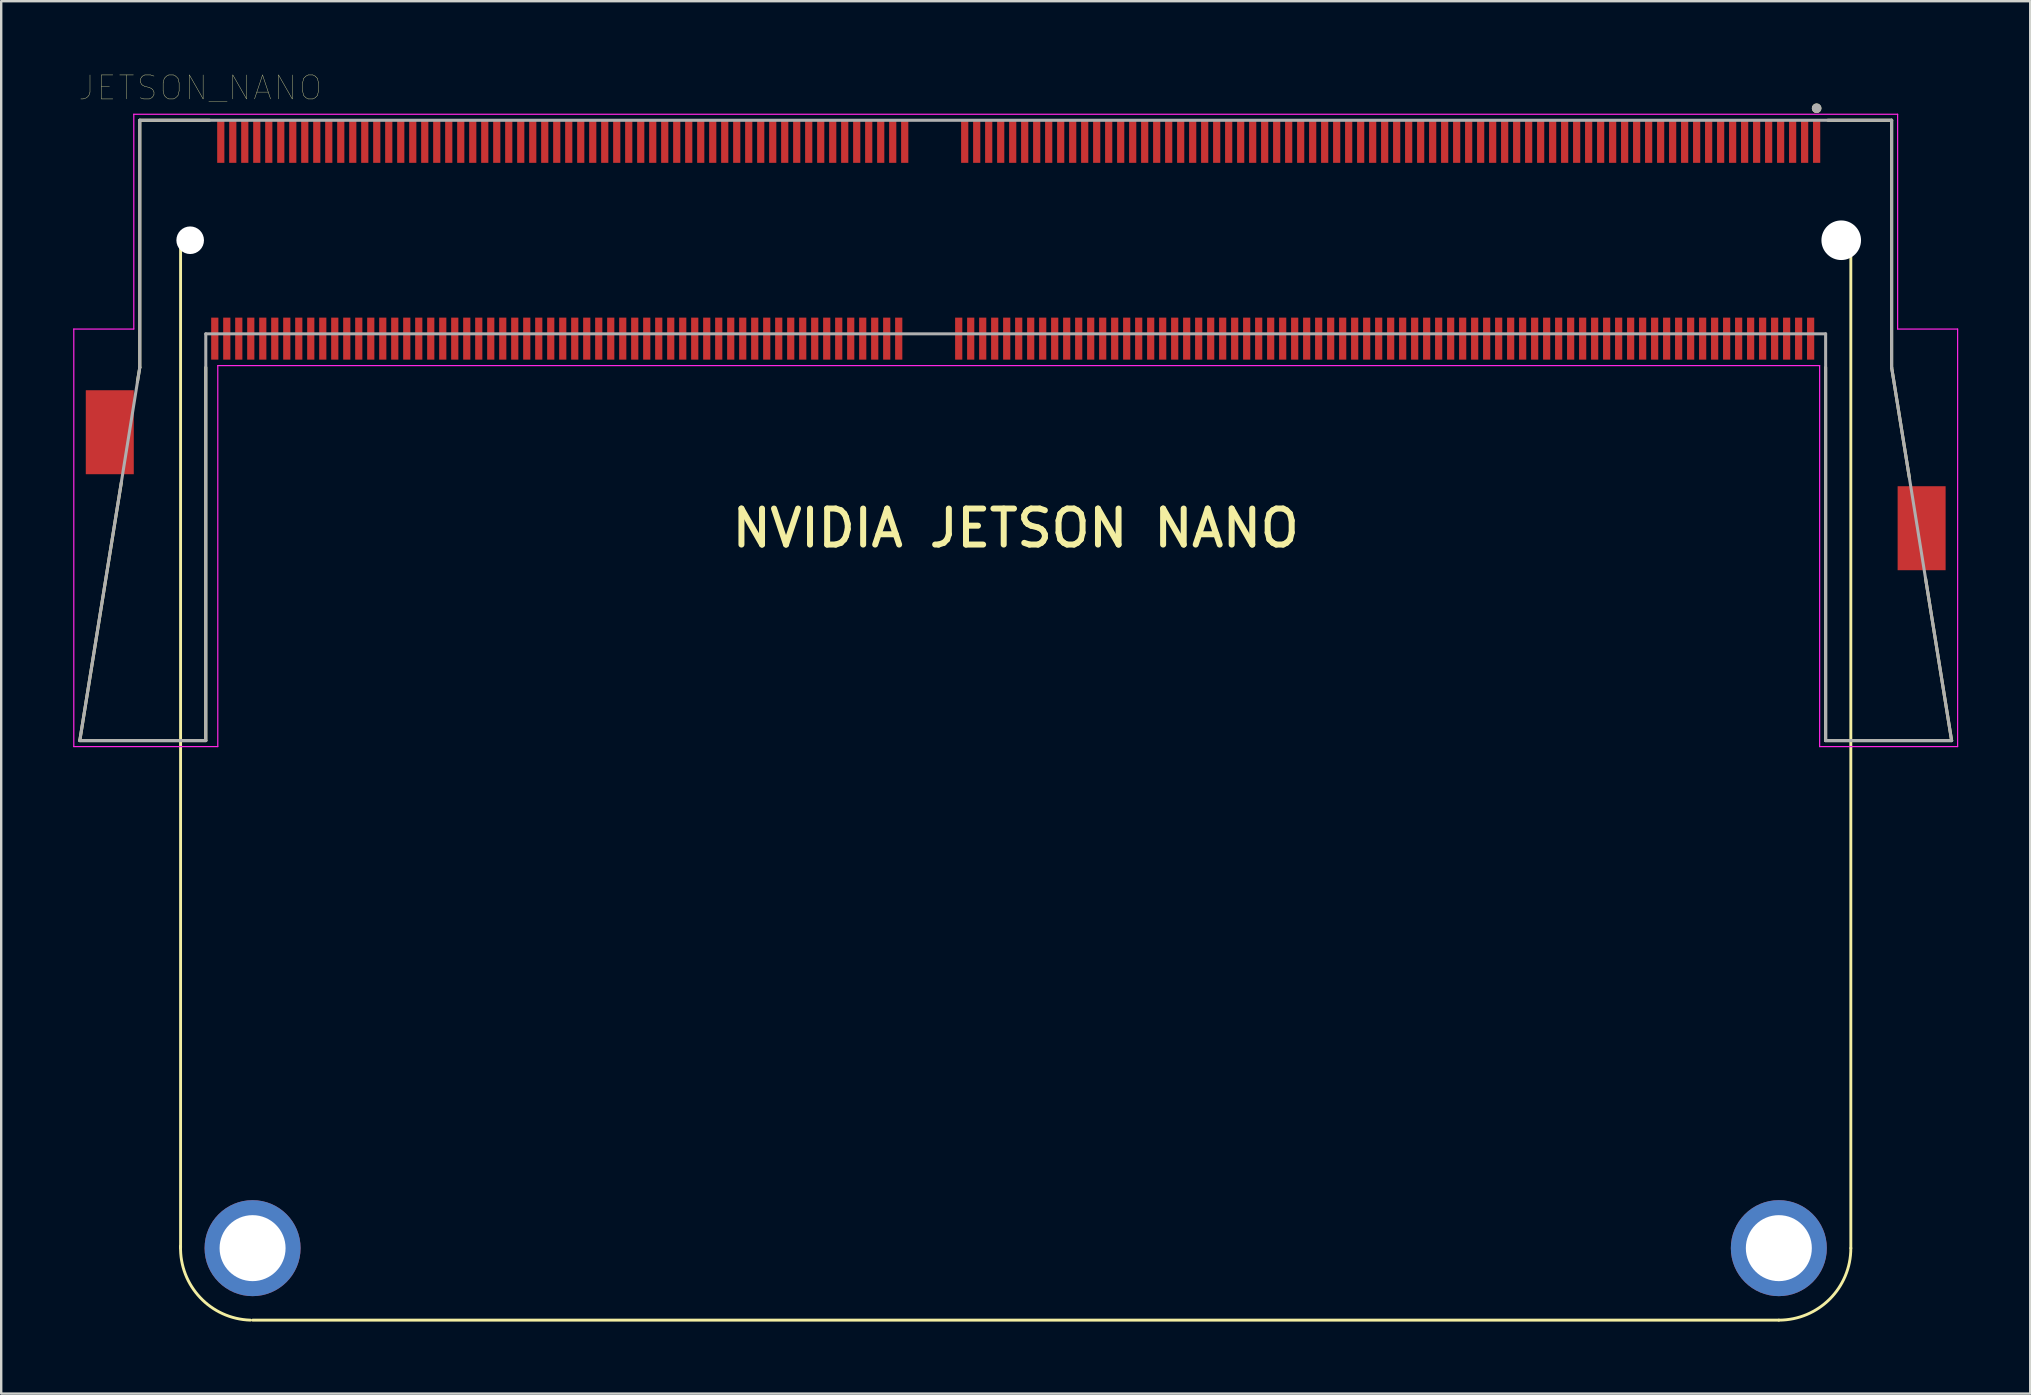
<source format=kicad_pcb>
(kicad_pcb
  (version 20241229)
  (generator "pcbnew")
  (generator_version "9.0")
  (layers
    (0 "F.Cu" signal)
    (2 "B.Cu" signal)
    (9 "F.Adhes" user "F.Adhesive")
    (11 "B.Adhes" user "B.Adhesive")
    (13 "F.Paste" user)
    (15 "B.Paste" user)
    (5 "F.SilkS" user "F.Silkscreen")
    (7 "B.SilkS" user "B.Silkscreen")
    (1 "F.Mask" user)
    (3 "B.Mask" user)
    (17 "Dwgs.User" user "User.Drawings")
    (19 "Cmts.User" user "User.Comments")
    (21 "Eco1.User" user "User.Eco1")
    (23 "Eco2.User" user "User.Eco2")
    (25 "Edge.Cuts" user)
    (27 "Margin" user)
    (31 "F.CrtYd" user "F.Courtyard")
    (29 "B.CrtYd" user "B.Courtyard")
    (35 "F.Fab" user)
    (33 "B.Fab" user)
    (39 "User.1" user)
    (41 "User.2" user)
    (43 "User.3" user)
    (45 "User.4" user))
  (footprint "JETSON_NANO"
    (layer "F.Cu")
    (at 35.775 6.961)
    (property "Reference" "JETSON_NANO" (at -30.48 -6.35 0) (layer "F.SilkS") (effects (font (size 1 1) (thickness 0.015))))
    (attr through_hole)
    (fp_line (start -35.5 20.85) (end -33.77 10.105) (stroke (width 0.127) (type solid)) (layer "F.SilkS"))
    (fp_line (start -35.5 20.85) (end -30.25 20.85) (stroke (width 0.127) (type solid)) (layer "F.SilkS"))
    (fp_line (start -33 -5) (end -33 5.3) (stroke (width 0.127) (type solid)) (layer "F.SilkS"))
    (fp_line (start -33 5.3) (end -33.1 5.9) (stroke (width 0.127) (type solid)) (layer "F.SilkS"))
    (fp_line (start -31.3 42) (end -31.3 0) (stroke (width 0.12) (type solid)) (layer "F.SilkS"))
    (fp_line (start -30.25 20.85) (end -30.25 5.3) (stroke (width 0.127) (type solid)) (layer "F.SilkS"))
    (fp_line (start -30.095 -5) (end -33 -5) (stroke (width 0.127) (type solid)) (layer "F.SilkS"))
    (fp_line (start -28.3 45) (end 35.3 45) (stroke (width 0.12) (type solid)) (layer "F.SilkS"))
    (fp_line (start 37.25 5.3) (end 37.25 20.85) (stroke (width 0.127) (type solid)) (layer "F.SilkS"))
    (fp_line (start 37.25 20.85) (end 42.5 20.85) (stroke (width 0.127) (type solid)) (layer "F.SilkS"))
    (fp_line (start 38.3 42) (end 38.3 0) (stroke (width 0.12) (type solid)) (layer "F.SilkS"))
    (fp_line (start 40 -5) (end 37.345 -5) (stroke (width 0.127) (type solid)) (layer "F.SilkS"))
    (fp_line (start 40 5.3) (end 40 -5) (stroke (width 0.127) (type solid)) (layer "F.SilkS"))
    (fp_line (start 40 5.3) (end 40.735 9.87) (stroke (width 0.127) (type solid)) (layer "F.SilkS"))
    (fp_line (start 42.5 20.85) (end 41.415 14.1) (stroke (width 0.127) (type solid)) (layer "F.SilkS"))
    (fp_arc (start -28.39 45) (mid -30.48496 44.057681) (end -31.3 41.91) (stroke (width 0.12) (type solid)) (layer "F.SilkS"))
    (fp_arc (start 38.3 42) (mid 37.42132 44.12132) (end 35.3 45) (stroke (width 0.12) (type solid)) (layer "F.SilkS"))
    (fp_circle (center 36.875 -5.5) (end 36.975 -5.5) (stroke (width 0.2) (type solid)) (fill no) (layer "F.SilkS"))
    (fp_line (start -35.75 3.7) (end -33.25 3.7) (stroke (width 0.05) (type solid)) (layer "F.CrtYd"))
    (fp_line (start -35.75 21.1) (end -35.75 3.7) (stroke (width 0.05) (type solid)) (layer "F.CrtYd"))
    (fp_line (start -33.25 -5.25) (end 40.25 -5.25) (stroke (width 0.05) (type solid)) (layer "F.CrtYd"))
    (fp_line (start -33.25 3.7) (end -33.25 -5.25) (stroke (width 0.05) (type solid)) (layer "F.CrtYd"))
    (fp_line (start -29.75 5.225) (end -29.75 21.1) (stroke (width 0.05) (type solid)) (layer "F.CrtYd"))
    (fp_line (start -29.75 21.1) (end -35.75 21.1) (stroke (width 0.05) (type solid)) (layer "F.CrtYd"))
    (fp_line (start 37 5.225) (end -29.75 5.225) (stroke (width 0.05) (type solid)) (layer "F.CrtYd"))
    (fp_line (start 37 21.1) (end 37 5.225) (stroke (width 0.05) (type solid)) (layer "F.CrtYd"))
    (fp_line (start 40.25 -5.25) (end 40.25 3.7) (stroke (width 0.05) (type solid)) (layer "F.CrtYd"))
    (fp_line (start 40.25 3.7) (end 42.75 3.7) (stroke (width 0.05) (type solid)) (layer "F.CrtYd"))
    (fp_line (start 42.75 3.7) (end 42.75 21.1) (stroke (width 0.05) (type solid)) (layer "F.CrtYd"))
    (fp_line (start 42.75 21.1) (end 37 21.1) (stroke (width 0.05) (type solid)) (layer "F.CrtYd"))
    (fp_line (start -35.5 20.85) (end -30.25 20.85) (stroke (width 0.127) (type solid)) (layer "F.Fab"))
    (fp_line (start -33 -5) (end -33 5.3) (stroke (width 0.127) (type solid)) (layer "F.Fab"))
    (fp_line (start -33 5.3) (end -35.5 20.85) (stroke (width 0.127) (type solid)) (layer "F.Fab"))
    (fp_line (start -30.25 3.9) (end 37.25 3.9) (stroke (width 0.127) (type solid)) (layer "F.Fab"))
    (fp_line (start -30.25 20.85) (end -30.25 3.9) (stroke (width 0.127) (type solid)) (layer "F.Fab"))
    (fp_line (start 37.25 3.9) (end 37.25 20.85) (stroke (width 0.127) (type solid)) (layer "F.Fab"))
    (fp_line (start 37.25 20.85) (end 42.5 20.85) (stroke (width 0.127) (type solid)) (layer "F.Fab"))
    (fp_line (start 40 -5) (end -33 -5) (stroke (width 0.127) (type solid)) (layer "F.Fab"))
    (fp_line (start 40 5.3) (end 40 -5) (stroke (width 0.127) (type solid)) (layer "F.Fab"))
    (fp_line (start 42.5 20.85) (end 40 5.3) (stroke (width 0.127) (type solid)) (layer "F.Fab"))
    (fp_circle (center 36.875 -5.5) (end 36.975 -5.5) (stroke (width 0.2) (type solid)) (fill no) (layer "F.Fab"))
    (fp_text user "NVIDIA JETSON NANO" (at 3.5 12 0) (layer "F.SilkS") (effects (font (size 1.5 1.5) (thickness 0.25))))
    (pad "" np_thru_hole circle (at -30.9 0) (size 1.15 1.15) (drill 1.15) (layers "*.Cu" "*.Mask"))
    (pad "" np_thru_hole circle (at -28.3 42) (size 4 4) (drill 2.75) (layers "*.Cu" "*.Mask"))
    (pad "" np_thru_hole circle (at 35.3 42) (size 4 4) (drill 2.75) (layers "*.Cu" "*.Mask"))
    (pad "" np_thru_hole circle (at 37.9 0) (size 1.65 1.65) (drill 1.65) (layers "*.Cu" "*.Mask"))
    (pad "1" smd rect (at 36.875 -4.1) (size 0.3 1.75) (layers "F.Cu" "F.Mask" "F.Paste"))
    (pad "2" smd rect (at 36.625 4.1) (size 0.3 1.75) (layers "F.Cu" "F.Mask" "F.Paste"))
    (pad "3" smd rect (at 36.375 -4.1) (size 0.3 1.75) (layers "F.Cu" "F.Mask" "F.Paste"))
    (pad "4" smd rect (at 36.125 4.1) (size 0.3 1.75) (layers "F.Cu" "F.Mask" "F.Paste"))
    (pad "5" smd rect (at 35.875 -4.1) (size 0.3 1.75) (layers "F.Cu" "F.Mask" "F.Paste"))
    (pad "6" smd rect (at 35.625 4.1) (size 0.3 1.75) (layers "F.Cu" "F.Mask" "F.Paste"))
    (pad "7" smd rect (at 35.375 -4.1) (size 0.3 1.75) (layers "F.Cu" "F.Mask" "F.Paste"))
    (pad "8" smd rect (at 35.125 4.1) (size 0.3 1.75) (layers "F.Cu" "F.Mask" "F.Paste"))
    (pad "9" smd rect (at 34.875 -4.1) (size 0.3 1.75) (layers "F.Cu" "F.Mask" "F.Paste"))
    (pad "10" smd rect (at 34.625 4.1) (size 0.3 1.75) (layers "F.Cu" "F.Mask" "F.Paste"))
    (pad "11" smd rect (at 34.375 -4.1) (size 0.3 1.75) (layers "F.Cu" "F.Mask" "F.Paste"))
    (pad "12" smd rect (at 34.125 4.1) (size 0.3 1.75) (layers "F.Cu" "F.Mask" "F.Paste"))
    (pad "13" smd rect (at 33.875 -4.1) (size 0.3 1.75) (layers "F.Cu" "F.Mask" "F.Paste"))
    (pad "14" smd rect (at 33.625 4.1) (size 0.3 1.75) (layers "F.Cu" "F.Mask" "F.Paste"))
    (pad "15" smd rect (at 33.375 -4.1) (size 0.3 1.75) (layers "F.Cu" "F.Mask" "F.Paste"))
    (pad "16" smd rect (at 33.125 4.1) (size 0.3 1.75) (layers "F.Cu" "F.Mask" "F.Paste"))
    (pad "17" smd rect (at 32.875 -4.1) (size 0.3 1.75) (layers "F.Cu" "F.Mask" "F.Paste"))
    (pad "18" smd rect (at 32.625 4.1) (size 0.3 1.75) (layers "F.Cu" "F.Mask" "F.Paste"))
    (pad "19" smd rect (at 32.375 -4.1) (size 0.3 1.75) (layers "F.Cu" "F.Mask" "F.Paste"))
    (pad "20" smd rect (at 32.125 4.1) (size 0.3 1.75) (layers "F.Cu" "F.Mask" "F.Paste"))
    (pad "21" smd rect (at 31.875 -4.1) (size 0.3 1.75) (layers "F.Cu" "F.Mask" "F.Paste"))
    (pad "22" smd rect (at 31.625 4.1) (size 0.3 1.75) (layers "F.Cu" "F.Mask" "F.Paste"))
    (pad "23" smd rect (at 31.375 -4.1) (size 0.3 1.75) (layers "F.Cu" "F.Mask" "F.Paste"))
    (pad "24" smd rect (at 31.125 4.1) (size 0.3 1.75) (layers "F.Cu" "F.Mask" "F.Paste"))
    (pad "25" smd rect (at 30.875 -4.1) (size 0.3 1.75) (layers "F.Cu" "F.Mask" "F.Paste"))
    (pad "26" smd rect (at 30.625 4.1) (size 0.3 1.75) (layers "F.Cu" "F.Mask" "F.Paste"))
    (pad "27" smd rect (at 30.375 -4.1) (size 0.3 1.75) (layers "F.Cu" "F.Mask" "F.Paste"))
    (pad "28" smd rect (at 30.125 4.1) (size 0.3 1.75) (layers "F.Cu" "F.Mask" "F.Paste"))
    (pad "29" smd rect (at 29.875 -4.1) (size 0.3 1.75) (layers "F.Cu" "F.Mask" "F.Paste"))
    (pad "30" smd rect (at 29.625 4.1) (size 0.3 1.75) (layers "F.Cu" "F.Mask" "F.Paste"))
    (pad "31" smd rect (at 29.375 -4.1) (size 0.3 1.75) (layers "F.Cu" "F.Mask" "F.Paste"))
    (pad "32" smd rect (at 29.125 4.1) (size 0.3 1.75) (layers "F.Cu" "F.Mask" "F.Paste"))
    (pad "33" smd rect (at 28.875 -4.1) (size 0.3 1.75) (layers "F.Cu" "F.Mask" "F.Paste"))
    (pad "34" smd rect (at 28.625 4.1) (size 0.3 1.75) (layers "F.Cu" "F.Mask" "F.Paste"))
    (pad "35" smd rect (at 28.375 -4.1) (size 0.3 1.75) (layers "F.Cu" "F.Mask" "F.Paste"))
    (pad "36" smd rect (at 28.125 4.1) (size 0.3 1.75) (layers "F.Cu" "F.Mask" "F.Paste"))
    (pad "37" smd rect (at 27.875 -4.1) (size 0.3 1.75) (layers "F.Cu" "F.Mask" "F.Paste"))
    (pad "38" smd rect (at 27.625 4.1) (size 0.3 1.75) (layers "F.Cu" "F.Mask" "F.Paste"))
    (pad "39" smd rect (at 27.375 -4.1) (size 0.3 1.75) (layers "F.Cu" "F.Mask" "F.Paste"))
    (pad "40" smd rect (at 27.125 4.1) (size 0.3 1.75) (layers "F.Cu" "F.Mask" "F.Paste"))
    (pad "41" smd rect (at 26.875 -4.1) (size 0.3 1.75) (layers "F.Cu" "F.Mask" "F.Paste"))
    (pad "42" smd rect (at 26.625 4.1) (size 0.3 1.75) (layers "F.Cu" "F.Mask" "F.Paste"))
    (pad "43" smd rect (at 26.375 -4.1) (size 0.3 1.75) (layers "F.Cu" "F.Mask" "F.Paste"))
    (pad "44" smd rect (at 26.125 4.1) (size 0.3 1.75) (layers "F.Cu" "F.Mask" "F.Paste"))
    (pad "45" smd rect (at 25.875 -4.1) (size 0.3 1.75) (layers "F.Cu" "F.Mask" "F.Paste"))
    (pad "46" smd rect (at 25.625 4.1) (size 0.3 1.75) (layers "F.Cu" "F.Mask" "F.Paste"))
    (pad "47" smd rect (at 25.375 -4.1) (size 0.3 1.75) (layers "F.Cu" "F.Mask" "F.Paste"))
    (pad "48" smd rect (at 25.125 4.1) (size 0.3 1.75) (layers "F.Cu" "F.Mask" "F.Paste"))
    (pad "49" smd rect (at 24.875 -4.1) (size 0.3 1.75) (layers "F.Cu" "F.Mask" "F.Paste"))
    (pad "50" smd rect (at 24.625 4.1) (size 0.3 1.75) (layers "F.Cu" "F.Mask" "F.Paste"))
    (pad "51" smd rect (at 24.375 -4.1) (size 0.3 1.75) (layers "F.Cu" "F.Mask" "F.Paste"))
    (pad "52" smd rect (at 24.125 4.1) (size 0.3 1.75) (layers "F.Cu" "F.Mask" "F.Paste"))
    (pad "53" smd rect (at 23.875 -4.1) (size 0.3 1.75) (layers "F.Cu" "F.Mask" "F.Paste"))
    (pad "54" smd rect (at 23.625 4.1) (size 0.3 1.75) (layers "F.Cu" "F.Mask" "F.Paste"))
    (pad "55" smd rect (at 23.375 -4.1) (size 0.3 1.75) (layers "F.Cu" "F.Mask" "F.Paste"))
    (pad "56" smd rect (at 23.125 4.1) (size 0.3 1.75) (layers "F.Cu" "F.Mask" "F.Paste"))
    (pad "57" smd rect (at 22.875 -4.1) (size 0.3 1.75) (layers "F.Cu" "F.Mask" "F.Paste"))
    (pad "58" smd rect (at 22.625 4.1) (size 0.3 1.75) (layers "F.Cu" "F.Mask" "F.Paste"))
    (pad "59" smd rect (at 22.375 -4.1) (size 0.3 1.75) (layers "F.Cu" "F.Mask" "F.Paste"))
    (pad "60" smd rect (at 22.125 4.1) (size 0.3 1.75) (layers "F.Cu" "F.Mask" "F.Paste"))
    (pad "61" smd rect (at 21.875 -4.1) (size 0.3 1.75) (layers "F.Cu" "F.Mask" "F.Paste"))
    (pad "62" smd rect (at 21.625 4.1) (size 0.3 1.75) (layers "F.Cu" "F.Mask" "F.Paste"))
    (pad "63" smd rect (at 21.375 -4.1) (size 0.3 1.75) (layers "F.Cu" "F.Mask" "F.Paste"))
    (pad "64" smd rect (at 21.125 4.1) (size 0.3 1.75) (layers "F.Cu" "F.Mask" "F.Paste"))
    (pad "65" smd rect (at 20.875 -4.1) (size 0.3 1.75) (layers "F.Cu" "F.Mask" "F.Paste"))
    (pad "66" smd rect (at 20.625 4.1) (size 0.3 1.75) (layers "F.Cu" "F.Mask" "F.Paste"))
    (pad "67" smd rect (at 20.375 -4.1) (size 0.3 1.75) (layers "F.Cu" "F.Mask" "F.Paste"))
    (pad "68" smd rect (at 20.125 4.1) (size 0.3 1.75) (layers "F.Cu" "F.Mask" "F.Paste"))
    (pad "69" smd rect (at 19.875 -4.1) (size 0.3 1.75) (layers "F.Cu" "F.Mask" "F.Paste"))
    (pad "70" smd rect (at 19.625 4.1) (size 0.3 1.75) (layers "F.Cu" "F.Mask" "F.Paste"))
    (pad "71" smd rect (at 19.375 -4.1) (size 0.3 1.75) (layers "F.Cu" "F.Mask" "F.Paste"))
    (pad "72" smd rect (at 19.125 4.1) (size 0.3 1.75) (layers "F.Cu" "F.Mask" "F.Paste"))
    (pad "73" smd rect (at 18.875 -4.1) (size 0.3 1.75) (layers "F.Cu" "F.Mask" "F.Paste"))
    (pad "74" smd rect (at 18.625 4.1) (size 0.3 1.75) (layers "F.Cu" "F.Mask" "F.Paste"))
    (pad "75" smd rect (at 18.375 -4.1) (size 0.3 1.75) (layers "F.Cu" "F.Mask" "F.Paste"))
    (pad "76" smd rect (at 18.125 4.1) (size 0.3 1.75) (layers "F.Cu" "F.Mask" "F.Paste"))
    (pad "77" smd rect (at 17.875 -4.1) (size 0.3 1.75) (layers "F.Cu" "F.Mask" "F.Paste"))
    (pad "78" smd rect (at 17.625 4.1) (size 0.3 1.75) (layers "F.Cu" "F.Mask" "F.Paste"))
    (pad "79" smd rect (at 17.375 -4.1) (size 0.3 1.75) (layers "F.Cu" "F.Mask" "F.Paste"))
    (pad "80" smd rect (at 17.125 4.1) (size 0.3 1.75) (layers "F.Cu" "F.Mask" "F.Paste"))
    (pad "81" smd rect (at 16.875 -4.1) (size 0.3 1.75) (layers "F.Cu" "F.Mask" "F.Paste"))
    (pad "82" smd rect (at 16.625 4.1) (size 0.3 1.75) (layers "F.Cu" "F.Mask" "F.Paste"))
    (pad "83" smd rect (at 16.375 -4.1) (size 0.3 1.75) (layers "F.Cu" "F.Mask" "F.Paste"))
    (pad "84" smd rect (at 16.125 4.1) (size 0.3 1.75) (layers "F.Cu" "F.Mask" "F.Paste"))
    (pad "85" smd rect (at 15.875 -4.1) (size 0.3 1.75) (layers "F.Cu" "F.Mask" "F.Paste"))
    (pad "86" smd rect (at 15.625 4.1) (size 0.3 1.75) (layers "F.Cu" "F.Mask" "F.Paste"))
    (pad "87" smd rect (at 15.375 -4.1) (size 0.3 1.75) (layers "F.Cu" "F.Mask" "F.Paste"))
    (pad "88" smd rect (at 15.125 4.1) (size 0.3 1.75) (layers "F.Cu" "F.Mask" "F.Paste"))
    (pad "89" smd rect (at 14.875 -4.1) (size 0.3 1.75) (layers "F.Cu" "F.Mask" "F.Paste"))
    (pad "90" smd rect (at 14.625 4.1) (size 0.3 1.75) (layers "F.Cu" "F.Mask" "F.Paste"))
    (pad "91" smd rect (at 14.375 -4.1) (size 0.3 1.75) (layers "F.Cu" "F.Mask" "F.Paste"))
    (pad "92" smd rect (at 14.125 4.1) (size 0.3 1.75) (layers "F.Cu" "F.Mask" "F.Paste"))
    (pad "93" smd rect (at 13.875 -4.1) (size 0.3 1.75) (layers "F.Cu" "F.Mask" "F.Paste"))
    (pad "94" smd rect (at 13.625 4.1) (size 0.3 1.75) (layers "F.Cu" "F.Mask" "F.Paste"))
    (pad "95" smd rect (at 13.375 -4.1) (size 0.3 1.75) (layers "F.Cu" "F.Mask" "F.Paste"))
    (pad "96" smd rect (at 13.125 4.1) (size 0.3 1.75) (layers "F.Cu" "F.Mask" "F.Paste"))
    (pad "97" smd rect (at 12.875 -4.1) (size 0.3 1.75) (layers "F.Cu" "F.Mask" "F.Paste"))
    (pad "98" smd rect (at 12.625 4.1) (size 0.3 1.75) (layers "F.Cu" "F.Mask" "F.Paste"))
    (pad "99" smd rect (at 12.375 -4.1) (size 0.3 1.75) (layers "F.Cu" "F.Mask" "F.Paste"))
    (pad "100" smd rect (at 12.125 4.1) (size 0.3 1.75) (layers "F.Cu" "F.Mask" "F.Paste"))
    (pad "101" smd rect (at 11.875 -4.1) (size 0.3 1.75) (layers "F.Cu" "F.Mask" "F.Paste"))
    (pad "102" smd rect (at 11.625 4.1) (size 0.3 1.75) (layers "F.Cu" "F.Mask" "F.Paste"))
    (pad "103" smd rect (at 11.375 -4.1) (size 0.3 1.75) (layers "F.Cu" "F.Mask" "F.Paste"))
    (pad "104" smd rect (at 11.125 4.1) (size 0.3 1.75) (layers "F.Cu" "F.Mask" "F.Paste"))
    (pad "105" smd rect (at 10.875 -4.1) (size 0.3 1.75) (layers "F.Cu" "F.Mask" "F.Paste"))
    (pad "106" smd rect (at 10.625 4.1) (size 0.3 1.75) (layers "F.Cu" "F.Mask" "F.Paste"))
    (pad "107" smd rect (at 10.375 -4.1) (size 0.3 1.75) (layers "F.Cu" "F.Mask" "F.Paste"))
    (pad "108" smd rect (at 10.125 4.1) (size 0.3 1.75) (layers "F.Cu" "F.Mask" "F.Paste"))
    (pad "109" smd rect (at 9.875 -4.1) (size 0.3 1.75) (layers "F.Cu" "F.Mask" "F.Paste"))
    (pad "110" smd rect (at 9.625 4.1) (size 0.3 1.75) (layers "F.Cu" "F.Mask" "F.Paste"))
    (pad "111" smd rect (at 9.375 -4.1) (size 0.3 1.75) (layers "F.Cu" "F.Mask" "F.Paste"))
    (pad "112" smd rect (at 9.125 4.1) (size 0.3 1.75) (layers "F.Cu" "F.Mask" "F.Paste"))
    (pad "113" smd rect (at 8.875 -4.1) (size 0.3 1.75) (layers "F.Cu" "F.Mask" "F.Paste"))
    (pad "114" smd rect (at 8.625 4.1) (size 0.3 1.75) (layers "F.Cu" "F.Mask" "F.Paste"))
    (pad "115" smd rect (at 8.375 -4.1) (size 0.3 1.75) (layers "F.Cu" "F.Mask" "F.Paste"))
    (pad "116" smd rect (at 8.125 4.1) (size 0.3 1.75) (layers "F.Cu" "F.Mask" "F.Paste"))
    (pad "117" smd rect (at 7.875 -4.1) (size 0.3 1.75) (layers "F.Cu" "F.Mask" "F.Paste"))
    (pad "118" smd rect (at 7.625 4.1) (size 0.3 1.75) (layers "F.Cu" "F.Mask" "F.Paste"))
    (pad "119" smd rect (at 7.375 -4.1) (size 0.3 1.75) (layers "F.Cu" "F.Mask" "F.Paste"))
    (pad "120" smd rect (at 7.125 4.1) (size 0.3 1.75) (layers "F.Cu" "F.Mask" "F.Paste"))
    (pad "121" smd rect (at 6.875 -4.1) (size 0.3 1.75) (layers "F.Cu" "F.Mask" "F.Paste"))
    (pad "122" smd rect (at 6.625 4.1) (size 0.3 1.75) (layers "F.Cu" "F.Mask" "F.Paste"))
    (pad "123" smd rect (at 6.375 -4.1) (size 0.3 1.75) (layers "F.Cu" "F.Mask" "F.Paste"))
    (pad "124" smd rect (at 6.125 4.1) (size 0.3 1.75) (layers "F.Cu" "F.Mask" "F.Paste"))
    (pad "125" smd rect (at 5.875 -4.1) (size 0.3 1.75) (layers "F.Cu" "F.Mask" "F.Paste"))
    (pad "126" smd rect (at 5.625 4.1) (size 0.3 1.75) (layers "F.Cu" "F.Mask" "F.Paste"))
    (pad "127" smd rect (at 5.375 -4.1) (size 0.3 1.75) (layers "F.Cu" "F.Mask" "F.Paste"))
    (pad "128" smd rect (at 5.125 4.1) (size 0.3 1.75) (layers "F.Cu" "F.Mask" "F.Paste"))
    (pad "129" smd rect (at 4.875 -4.1) (size 0.3 1.75) (layers "F.Cu" "F.Mask" "F.Paste"))
    (pad "130" smd rect (at 4.625 4.1) (size 0.3 1.75) (layers "F.Cu" "F.Mask" "F.Paste"))
    (pad "131" smd rect (at 4.375 -4.1) (size 0.3 1.75) (layers "F.Cu" "F.Mask" "F.Paste"))
    (pad "132" smd rect (at 4.125 4.1) (size 0.3 1.75) (layers "F.Cu" "F.Mask" "F.Paste"))
    (pad "133" smd rect (at 3.875 -4.1) (size 0.3 1.75) (layers "F.Cu" "F.Mask" "F.Paste"))
    (pad "134" smd rect (at 3.625 4.1) (size 0.3 1.75) (layers "F.Cu" "F.Mask" "F.Paste"))
    (pad "135" smd rect (at 3.375 -4.1) (size 0.3 1.75) (layers "F.Cu" "F.Mask" "F.Paste"))
    (pad "136" smd rect (at 3.125 4.1) (size 0.3 1.75) (layers "F.Cu" "F.Mask" "F.Paste"))
    (pad "137" smd rect (at 2.875 -4.1) (size 0.3 1.75) (layers "F.Cu" "F.Mask" "F.Paste"))
    (pad "138" smd rect (at 2.625 4.1) (size 0.3 1.75) (layers "F.Cu" "F.Mask" "F.Paste"))
    (pad "139" smd rect (at 2.375 -4.1) (size 0.3 1.75) (layers "F.Cu" "F.Mask" "F.Paste"))
    (pad "140" smd rect (at 2.125 4.1) (size 0.3 1.75) (layers "F.Cu" "F.Mask" "F.Paste"))
    (pad "141" smd rect (at 1.875 -4.1) (size 0.3 1.75) (layers "F.Cu" "F.Mask" "F.Paste"))
    (pad "142" smd rect (at 1.625 4.1) (size 0.3 1.75) (layers "F.Cu" "F.Mask" "F.Paste"))
    (pad "143" smd rect (at 1.375 -4.1) (size 0.3 1.75) (layers "F.Cu" "F.Mask" "F.Paste"))
    (pad "144" smd rect (at 1.125 4.1) (size 0.3 1.75) (layers "F.Cu" "F.Mask" "F.Paste"))
    (pad "145" smd rect (at -1.125 -4.1) (size 0.3 1.75) (layers "F.Cu" "F.Mask" "F.Paste"))
    (pad "146" smd rect (at -1.375 4.1) (size 0.3 1.75) (layers "F.Cu" "F.Mask" "F.Paste"))
    (pad "147" smd rect (at -1.625 -4.1) (size 0.3 1.75) (layers "F.Cu" "F.Mask" "F.Paste"))
    (pad "148" smd rect (at -1.875 4.1) (size 0.3 1.75) (layers "F.Cu" "F.Mask" "F.Paste"))
    (pad "149" smd rect (at -2.125 -4.1) (size 0.3 1.75) (layers "F.Cu" "F.Mask" "F.Paste"))
    (pad "150" smd rect (at -2.375 4.1) (size 0.3 1.75) (layers "F.Cu" "F.Mask" "F.Paste"))
    (pad "151" smd rect (at -2.625 -4.1) (size 0.3 1.75) (layers "F.Cu" "F.Mask" "F.Paste"))
    (pad "152" smd rect (at -2.875 4.1) (size 0.3 1.75) (layers "F.Cu" "F.Mask" "F.Paste"))
    (pad "153" smd rect (at -3.125 -4.1) (size 0.3 1.75) (layers "F.Cu" "F.Mask" "F.Paste"))
    (pad "154" smd rect (at -3.375 4.1) (size 0.3 1.75) (layers "F.Cu" "F.Mask" "F.Paste"))
    (pad "155" smd rect (at -3.625 -4.1) (size 0.3 1.75) (layers "F.Cu" "F.Mask" "F.Paste"))
    (pad "156" smd rect (at -3.875 4.1) (size 0.3 1.75) (layers "F.Cu" "F.Mask" "F.Paste"))
    (pad "157" smd rect (at -4.125 -4.1) (size 0.3 1.75) (layers "F.Cu" "F.Mask" "F.Paste"))
    (pad "158" smd rect (at -4.375 4.1) (size 0.3 1.75) (layers "F.Cu" "F.Mask" "F.Paste"))
    (pad "159" smd rect (at -4.625 -4.1) (size 0.3 1.75) (layers "F.Cu" "F.Mask" "F.Paste"))
    (pad "160" smd rect (at -4.875 4.1) (size 0.3 1.75) (layers "F.Cu" "F.Mask" "F.Paste"))
    (pad "161" smd rect (at -5.125 -4.1) (size 0.3 1.75) (layers "F.Cu" "F.Mask" "F.Paste"))
    (pad "162" smd rect (at -5.375 4.1) (size 0.3 1.75) (layers "F.Cu" "F.Mask" "F.Paste"))
    (pad "163" smd rect (at -5.625 -4.1) (size 0.3 1.75) (layers "F.Cu" "F.Mask" "F.Paste"))
    (pad "164" smd rect (at -5.875 4.1) (size 0.3 1.75) (layers "F.Cu" "F.Mask" "F.Paste"))
    (pad "165" smd rect (at -6.125 -4.1) (size 0.3 1.75) (layers "F.Cu" "F.Mask" "F.Paste"))
    (pad "166" smd rect (at -6.375 4.1) (size 0.3 1.75) (layers "F.Cu" "F.Mask" "F.Paste"))
    (pad "167" smd rect (at -6.625 -4.1) (size 0.3 1.75) (layers "F.Cu" "F.Mask" "F.Paste"))
    (pad "168" smd rect (at -6.875 4.1) (size 0.3 1.75) (layers "F.Cu" "F.Mask" "F.Paste"))
    (pad "169" smd rect (at -7.125 -4.1) (size 0.3 1.75) (layers "F.Cu" "F.Mask" "F.Paste"))
    (pad "170" smd rect (at -7.375 4.1) (size 0.3 1.75) (layers "F.Cu" "F.Mask" "F.Paste"))
    (pad "171" smd rect (at -7.625 -4.1) (size 0.3 1.75) (layers "F.Cu" "F.Mask" "F.Paste"))
    (pad "172" smd rect (at -7.875 4.1) (size 0.3 1.75) (layers "F.Cu" "F.Mask" "F.Paste"))
    (pad "173" smd rect (at -8.125 -4.1) (size 0.3 1.75) (layers "F.Cu" "F.Mask" "F.Paste"))
    (pad "174" smd rect (at -8.375 4.1) (size 0.3 1.75) (layers "F.Cu" "F.Mask" "F.Paste"))
    (pad "175" smd rect (at -8.625 -4.1) (size 0.3 1.75) (layers "F.Cu" "F.Mask" "F.Paste"))
    (pad "176" smd rect (at -8.875 4.1) (size 0.3 1.75) (layers "F.Cu" "F.Mask" "F.Paste"))
    (pad "177" smd rect (at -9.125 -4.1) (size 0.3 1.75) (layers "F.Cu" "F.Mask" "F.Paste"))
    (pad "178" smd rect (at -9.375 4.1) (size 0.3 1.75) (layers "F.Cu" "F.Mask" "F.Paste"))
    (pad "179" smd rect (at -9.625 -4.1) (size 0.3 1.75) (layers "F.Cu" "F.Mask" "F.Paste"))
    (pad "180" smd rect (at -9.875 4.1) (size 0.3 1.75) (layers "F.Cu" "F.Mask" "F.Paste"))
    (pad "181" smd rect (at -10.125 -4.1) (size 0.3 1.75) (layers "F.Cu" "F.Mask" "F.Paste"))
    (pad "182" smd rect (at -10.375 4.1) (size 0.3 1.75) (layers "F.Cu" "F.Mask" "F.Paste"))
    (pad "183" smd rect (at -10.625 -4.1) (size 0.3 1.75) (layers "F.Cu" "F.Mask" "F.Paste"))
    (pad "184" smd rect (at -10.875 4.1) (size 0.3 1.75) (layers "F.Cu" "F.Mask" "F.Paste"))
    (pad "185" smd rect (at -11.125 -4.1) (size 0.3 1.75) (layers "F.Cu" "F.Mask" "F.Paste"))
    (pad "186" smd rect (at -11.375 4.1) (size 0.3 1.75) (layers "F.Cu" "F.Mask" "F.Paste"))
    (pad "187" smd rect (at -11.625 -4.1) (size 0.3 1.75) (layers "F.Cu" "F.Mask" "F.Paste"))
    (pad "188" smd rect (at -11.875 4.1) (size 0.3 1.75) (layers "F.Cu" "F.Mask" "F.Paste"))
    (pad "189" smd rect (at -12.125 -4.1) (size 0.3 1.75) (layers "F.Cu" "F.Mask" "F.Paste"))
    (pad "190" smd rect (at -12.375 4.1) (size 0.3 1.75) (layers "F.Cu" "F.Mask" "F.Paste"))
    (pad "191" smd rect (at -12.625 -4.1) (size 0.3 1.75) (layers "F.Cu" "F.Mask" "F.Paste"))
    (pad "192" smd rect (at -12.875 4.1) (size 0.3 1.75) (layers "F.Cu" "F.Mask" "F.Paste"))
    (pad "193" smd rect (at -13.125 -4.1) (size 0.3 1.75) (layers "F.Cu" "F.Mask" "F.Paste"))
    (pad "194" smd rect (at -13.375 4.1) (size 0.3 1.75) (layers "F.Cu" "F.Mask" "F.Paste"))
    (pad "195" smd rect (at -13.625 -4.1) (size 0.3 1.75) (layers "F.Cu" "F.Mask" "F.Paste"))
    (pad "196" smd rect (at -13.875 4.1) (size 0.3 1.75) (layers "F.Cu" "F.Mask" "F.Paste"))
    (pad "197" smd rect (at -14.125 -4.1) (size 0.3 1.75) (layers "F.Cu" "F.Mask" "F.Paste"))
    (pad "198" smd rect (at -14.375 4.1) (size 0.3 1.75) (layers "F.Cu" "F.Mask" "F.Paste"))
    (pad "199" smd rect (at -14.625 -4.1) (size 0.3 1.75) (layers "F.Cu" "F.Mask" "F.Paste"))
    (pad "200" smd rect (at -14.875 4.1) (size 0.3 1.75) (layers "F.Cu" "F.Mask" "F.Paste"))
    (pad "201" smd rect (at -15.125 -4.1) (size 0.3 1.75) (layers "F.Cu" "F.Mask" "F.Paste"))
    (pad "202" smd rect (at -15.375 4.1) (size 0.3 1.75) (layers "F.Cu" "F.Mask" "F.Paste"))
    (pad "203" smd rect (at -15.625 -4.1) (size 0.3 1.75) (layers "F.Cu" "F.Mask" "F.Paste"))
    (pad "204" smd rect (at -15.875 4.1) (size 0.3 1.75) (layers "F.Cu" "F.Mask" "F.Paste"))
    (pad "205" smd rect (at -16.125 -4.1) (size 0.3 1.75) (layers "F.Cu" "F.Mask" "F.Paste"))
    (pad "206" smd rect (at -16.375 4.1) (size 0.3 1.75) (layers "F.Cu" "F.Mask" "F.Paste"))
    (pad "207" smd rect (at -16.625 -4.1) (size 0.3 1.75) (layers "F.Cu" "F.Mask" "F.Paste"))
    (pad "208" smd rect (at -16.875 4.1) (size 0.3 1.75) (layers "F.Cu" "F.Mask" "F.Paste"))
    (pad "209" smd rect (at -17.125 -4.1) (size 0.3 1.75) (layers "F.Cu" "F.Mask" "F.Paste"))
    (pad "210" smd rect (at -17.375 4.1) (size 0.3 1.75) (layers "F.Cu" "F.Mask" "F.Paste"))
    (pad "211" smd rect (at -17.625 -4.1) (size 0.3 1.75) (layers "F.Cu" "F.Mask" "F.Paste"))
    (pad "212" smd rect (at -17.875 4.1) (size 0.3 1.75) (layers "F.Cu" "F.Mask" "F.Paste"))
    (pad "213" smd rect (at -18.125 -4.1) (size 0.3 1.75) (layers "F.Cu" "F.Mask" "F.Paste"))
    (pad "214" smd rect (at -18.375 4.1) (size 0.3 1.75) (layers "F.Cu" "F.Mask" "F.Paste"))
    (pad "215" smd rect (at -18.625 -4.1) (size 0.3 1.75) (layers "F.Cu" "F.Mask" "F.Paste"))
    (pad "216" smd rect (at -18.875 4.1) (size 0.3 1.75) (layers "F.Cu" "F.Mask" "F.Paste"))
    (pad "217" smd rect (at -19.125 -4.1) (size 0.3 1.75) (layers "F.Cu" "F.Mask" "F.Paste"))
    (pad "218" smd rect (at -19.375 4.1) (size 0.3 1.75) (layers "F.Cu" "F.Mask" "F.Paste"))
    (pad "219" smd rect (at -19.625 -4.1) (size 0.3 1.75) (layers "F.Cu" "F.Mask" "F.Paste"))
    (pad "220" smd rect (at -19.875 4.1) (size 0.3 1.75) (layers "F.Cu" "F.Mask" "F.Paste"))
    (pad "221" smd rect (at -20.125 -4.1) (size 0.3 1.75) (layers "F.Cu" "F.Mask" "F.Paste"))
    (pad "222" smd rect (at -20.375 4.1) (size 0.3 1.75) (layers "F.Cu" "F.Mask" "F.Paste"))
    (pad "223" smd rect (at -20.625 -4.1) (size 0.3 1.75) (layers "F.Cu" "F.Mask" "F.Paste"))
    (pad "224" smd rect (at -20.875 4.1) (size 0.3 1.75) (layers "F.Cu" "F.Mask" "F.Paste"))
    (pad "225" smd rect (at -21.125 -4.1) (size 0.3 1.75) (layers "F.Cu" "F.Mask" "F.Paste"))
    (pad "226" smd rect (at -21.375 4.1) (size 0.3 1.75) (layers "F.Cu" "F.Mask" "F.Paste"))
    (pad "227" smd rect (at -21.625 -4.1) (size 0.3 1.75) (layers "F.Cu" "F.Mask" "F.Paste"))
    (pad "228" smd rect (at -21.875 4.1) (size 0.3 1.75) (layers "F.Cu" "F.Mask" "F.Paste"))
    (pad "229" smd rect (at -22.125 -4.1) (size 0.3 1.75) (layers "F.Cu" "F.Mask" "F.Paste"))
    (pad "230" smd rect (at -22.375 4.1) (size 0.3 1.75) (layers "F.Cu" "F.Mask" "F.Paste"))
    (pad "231" smd rect (at -22.625 -4.1) (size 0.3 1.75) (layers "F.Cu" "F.Mask" "F.Paste"))
    (pad "232" smd rect (at -22.875 4.1) (size 0.3 1.75) (layers "F.Cu" "F.Mask" "F.Paste"))
    (pad "233" smd rect (at -23.125 -4.1) (size 0.3 1.75) (layers "F.Cu" "F.Mask" "F.Paste"))
    (pad "234" smd rect (at -23.375 4.1) (size 0.3 1.75) (layers "F.Cu" "F.Mask" "F.Paste"))
    (pad "235" smd rect (at -23.625 -4.1) (size 0.3 1.75) (layers "F.Cu" "F.Mask" "F.Paste"))
    (pad "236" smd rect (at -23.875 4.1) (size 0.3 1.75) (layers "F.Cu" "F.Mask" "F.Paste"))
    (pad "237" smd rect (at -24.125 -4.1) (size 0.3 1.75) (layers "F.Cu" "F.Mask" "F.Paste"))
    (pad "238" smd rect (at -24.375 4.1) (size 0.3 1.75) (layers "F.Cu" "F.Mask" "F.Paste"))
    (pad "239" smd rect (at -24.625 -4.1) (size 0.3 1.75) (layers "F.Cu" "F.Mask" "F.Paste"))
    (pad "240" smd rect (at -24.875 4.1) (size 0.3 1.75) (layers "F.Cu" "F.Mask" "F.Paste"))
    (pad "241" smd rect (at -25.125 -4.1) (size 0.3 1.75) (layers "F.Cu" "F.Mask" "F.Paste"))
    (pad "242" smd rect (at -25.375 4.1) (size 0.3 1.75) (layers "F.Cu" "F.Mask" "F.Paste"))
    (pad "243" smd rect (at -25.625 -4.1) (size 0.3 1.75) (layers "F.Cu" "F.Mask" "F.Paste"))
    (pad "244" smd rect (at -25.875 4.1) (size 0.3 1.75) (layers "F.Cu" "F.Mask" "F.Paste"))
    (pad "245" smd rect (at -26.125 -4.1) (size 0.3 1.75) (layers "F.Cu" "F.Mask" "F.Paste"))
    (pad "246" smd rect (at -26.375 4.1) (size 0.3 1.75) (layers "F.Cu" "F.Mask" "F.Paste"))
    (pad "247" smd rect (at -26.625 -4.1) (size 0.3 1.75) (layers "F.Cu" "F.Mask" "F.Paste"))
    (pad "248" smd rect (at -26.875 4.1) (size 0.3 1.75) (layers "F.Cu" "F.Mask" "F.Paste"))
    (pad "249" smd rect (at -27.125 -4.1) (size 0.3 1.75) (layers "F.Cu" "F.Mask" "F.Paste"))
    (pad "250" smd rect (at -27.375 4.1) (size 0.3 1.75) (layers "F.Cu" "F.Mask" "F.Paste"))
    (pad "251" smd rect (at -27.625 -4.1) (size 0.3 1.75) (layers "F.Cu" "F.Mask" "F.Paste"))
    (pad "252" smd rect (at -27.875 4.1) (size 0.3 1.75) (layers "F.Cu" "F.Mask" "F.Paste"))
    (pad "253" smd rect (at -28.125 -4.1) (size 0.3 1.75) (layers "F.Cu" "F.Mask" "F.Paste"))
    (pad "254" smd rect (at -28.375 4.1) (size 0.3 1.75) (layers "F.Cu" "F.Mask" "F.Paste"))
    (pad "255" smd rect (at -28.625 -4.1) (size 0.3 1.75) (layers "F.Cu" "F.Mask" "F.Paste"))
    (pad "256" smd rect (at -28.875 4.1) (size 0.3 1.75) (layers "F.Cu" "F.Mask" "F.Paste"))
    (pad "257" smd rect (at -29.125 -4.1) (size 0.3 1.75) (layers "F.Cu" "F.Mask" "F.Paste"))
    (pad "258" smd rect (at -29.375 4.1) (size 0.3 1.75) (layers "F.Cu" "F.Mask" "F.Paste"))
    (pad "259" smd rect (at -29.625 -4.1) (size 0.3 1.75) (layers "F.Cu" "F.Mask" "F.Paste"))
    (pad "260" smd rect (at -29.875 4.1) (size 0.3 1.75) (layers "F.Cu" "F.Mask" "F.Paste"))
    (pad "S1" smd rect (at 41.25 12) (size 2 3.5) (layers "F.Cu" "F.Mask" "F.Paste"))
    (pad "S2" smd rect (at -34.25 8) (size 2 3.5) (layers "F.Cu" "F.Mask" "F.Paste")))
  (gr_rect
    (start -3 -3)
    (end 81.55 55.021)
    (stroke (width 0.1) (type default))
    (fill no)
    (layer "Edge.Cuts")))
</source>
